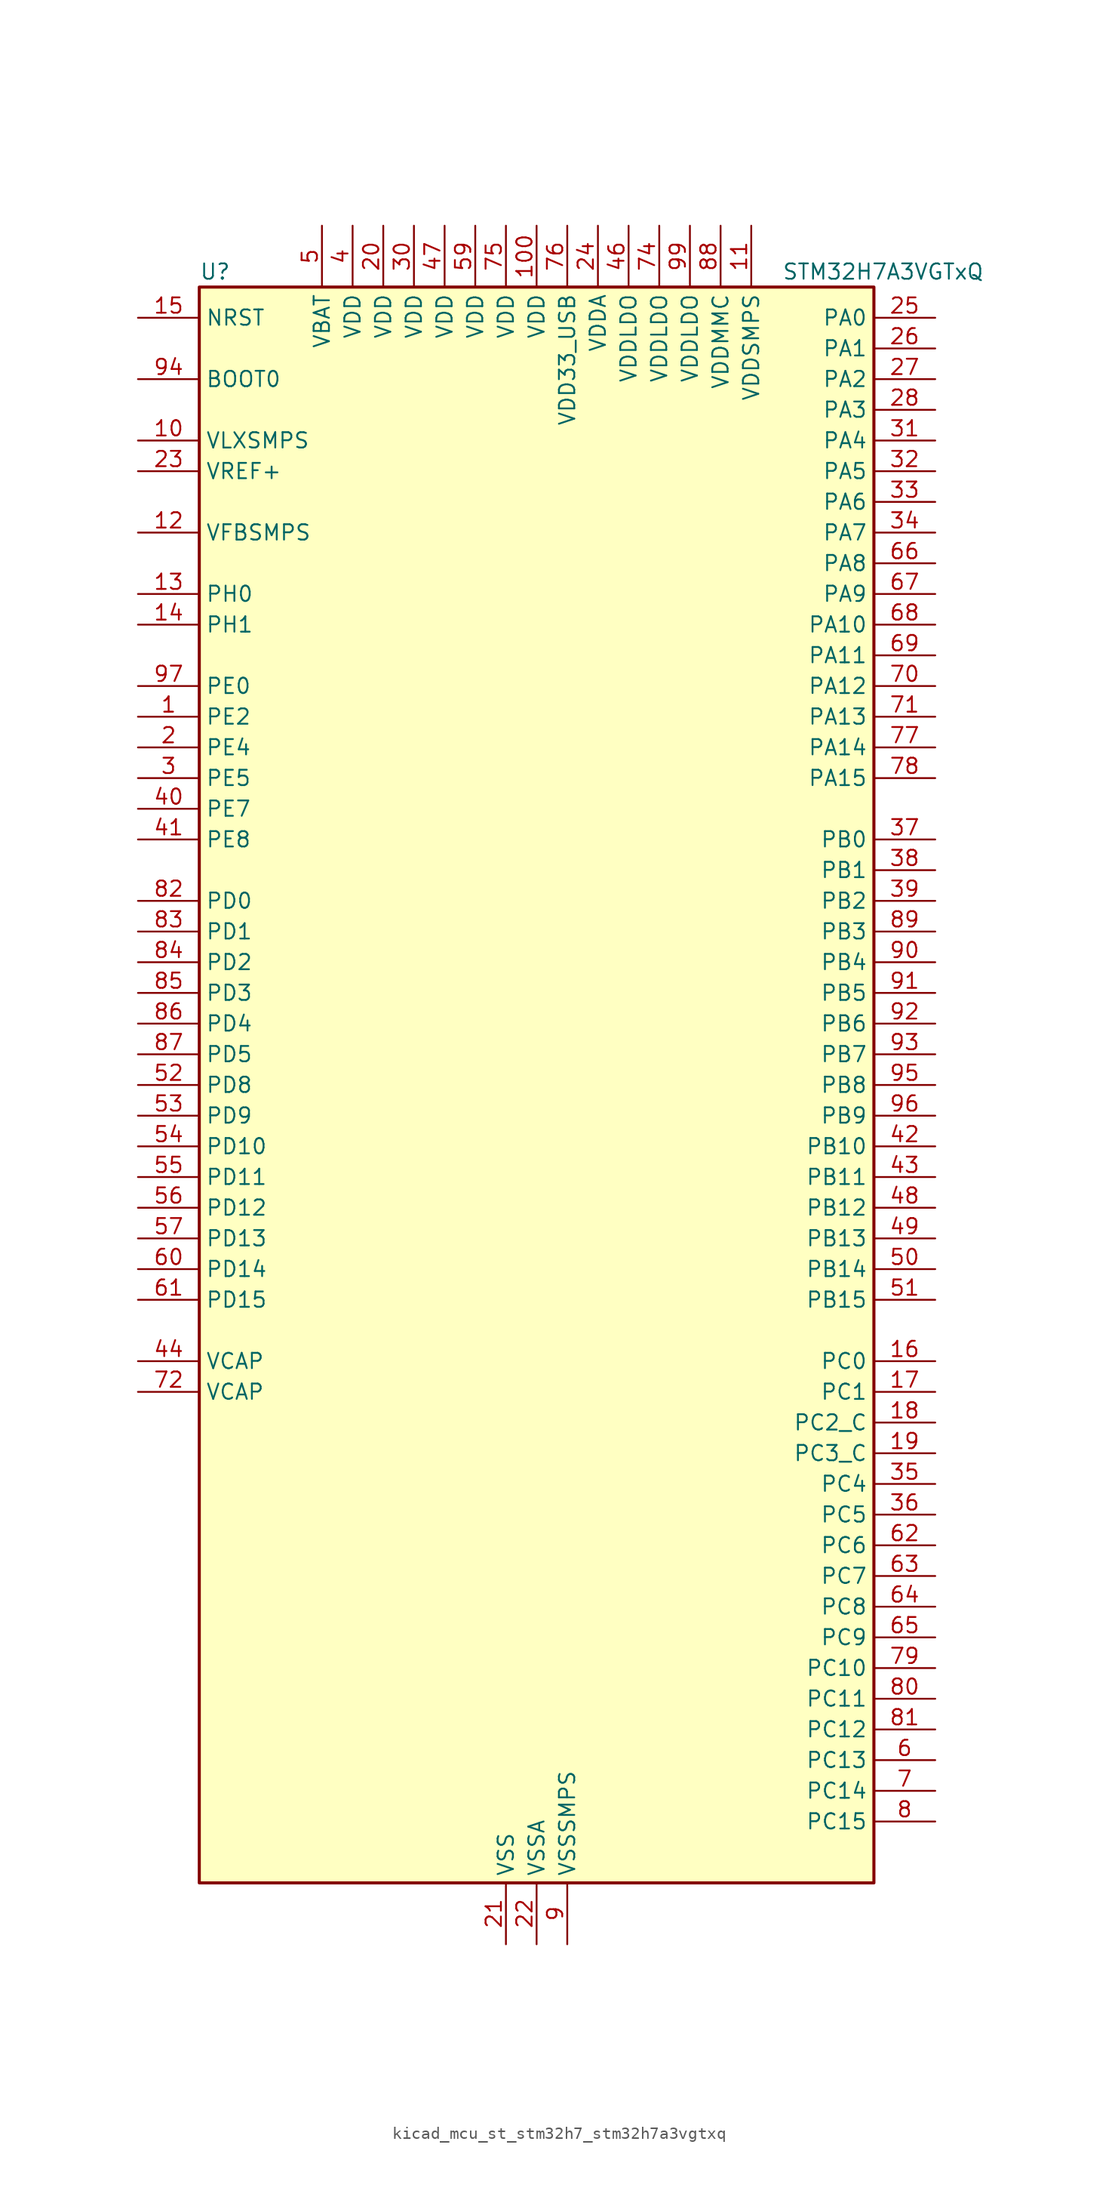
<source format=kicad_sym>
(kicad_symbol_lib
  (version 20220914)
  (generator kicad_symbol_editor)
  (symbol "kicad_mcu_st_stm32h7_stm32h7a3vgtxq"
    (property "Reference" "U"
      (at -27.94 67.31 0)
      (effects (font (size 1.27 1.27)) (justify left)))
    (property "Value" "STM32H7A3VGTxQ"
      (at 20.32 67.31 0)
      (effects (font (size 1.27 1.27)) (justify left)))
    (property "ki_locked" ""
      (at 0 0 0)
      (effects (font (size 1.27 1.27))))
    (symbol "kicad_mcu_st_stm32h7_stm32h7a3vgtxq_0_1"
      (rectangle (start -27.94 -66.04) (end 27.94 66.04) (stroke (width 0.254) (type default)) (fill (type background))))
    (symbol "kicad_mcu_st_stm32h7_stm32h7a3vgtxq_1_1"
      (pin bidirectional line (at -33.02 30.48 0) (length 5.08) (name "PE2" (effects (font (size 1.27 1.27)))) (number "1" (effects (font (size 1.27 1.27)))) (alternate "DEBUG_TRACECLK" bidirectional line) (alternate "FMC_A23" bidirectional line) (alternate "OCTOSPIM_P1_IO2" bidirectional line) (alternate "SAI1_CK1" bidirectional line) (alternate "SAI1_MCLK_A" bidirectional line) (alternate "SPI4_SCK" bidirectional line))
      (pin power_in line (at -33.02 53.34 0) (length 5.08) (name "VLXSMPS" (effects (font (size 1.27 1.27)))) (number "10" (effects (font (size 1.27 1.27)))))
      (pin power_in line (at 0 71.12 270) (length 5.08) (name "VDD" (effects (font (size 1.27 1.27)))) (number "100" (effects (font (size 1.27 1.27)))))
      (pin power_in line (at 17.78 71.12 270) (length 5.08) (name "VDDSMPS" (effects (font (size 1.27 1.27)))) (number "11" (effects (font (size 1.27 1.27)))))
      (pin input line (at -33.02 45.72 0) (length 5.08) (name "VFBSMPS" (effects (font (size 1.27 1.27)))) (number "12" (effects (font (size 1.27 1.27)))))
      (pin bidirectional line (at -33.02 40.64 0) (length 5.08) (name "PH0" (effects (font (size 1.27 1.27)))) (number "13" (effects (font (size 1.27 1.27)))) (alternate "RCC_OSC_IN" bidirectional line))
      (pin bidirectional line (at -33.02 38.1 0) (length 5.08) (name "PH1" (effects (font (size 1.27 1.27)))) (number "14" (effects (font (size 1.27 1.27)))) (alternate "RCC_OSC_OUT" bidirectional line))
      (pin input line (at -33.02 63.5 0) (length 5.08) (name "NRST" (effects (font (size 1.27 1.27)))) (number "15" (effects (font (size 1.27 1.27)))))
      (pin bidirectional line (at 33.02 -22.86 180) (length 5.08) (name "PC0" (effects (font (size 1.27 1.27)))) (number "16" (effects (font (size 1.27 1.27)))) (alternate "ADC1_INP10" bidirectional line) (alternate "ADC2_INP10" bidirectional line) (alternate "DFSDM1_CKIN0" bidirectional line) (alternate "DFSDM1_DATIN4" bidirectional line) (alternate "FMC_A25" bidirectional line) (alternate "FMC_SDNWE" bidirectional line) (alternate "LTDC_G2" bidirectional line) (alternate "LTDC_R5" bidirectional line) (alternate "SAI2_FS_B" bidirectional line) (alternate "USB_OTG_HS_ULPI_STP" bidirectional line))
      (pin bidirectional line (at 33.02 -25.4 180) (length 5.08) (name "PC1" (effects (font (size 1.27 1.27)))) (number "17" (effects (font (size 1.27 1.27)))) (alternate "ADC1_INN10" bidirectional line) (alternate "ADC1_INP11" bidirectional line) (alternate "ADC2_INN10" bidirectional line) (alternate "ADC2_INP11" bidirectional line) (alternate "DEBUG_TRACED0" bidirectional line) (alternate "DFSDM1_CKIN4" bidirectional line) (alternate "DFSDM1_DATIN0" bidirectional line) (alternate "I2S2_SDO" bidirectional line) (alternate "LTDC_G5" bidirectional line) (alternate "MDIOS_MDC" bidirectional line) (alternate "OCTOSPIM_P1_IO4" bidirectional line) (alternate "PWR_WKUP6" bidirectional line) (alternate "RTC_TAMP3" bidirectional line) (alternate "SAI1_D1" bidirectional line) (alternate "SAI1_SD_A" bidirectional line) (alternate "SDMMC2_CK" bidirectional line) (alternate "SPI2_MOSI" bidirectional line))
      (pin bidirectional line (at 33.02 -27.94 180) (length 5.08) (name "PC2_C" (effects (font (size 1.27 1.27)))) (number "18" (effects (font (size 1.27 1.27)))) (alternate "ADC2_INN1" bidirectional line) (alternate "ADC2_INP0" bidirectional line) (alternate "DFSDM1_CKIN1" bidirectional line) (alternate "DFSDM1_CKOUT" bidirectional line) (alternate "FMC_SDNE0" bidirectional line) (alternate "I2S2_SDI" bidirectional line) (alternate "OCTOSPIM_P1_IO2" bidirectional line) (alternate "OCTOSPIM_P1_IO5" bidirectional line) (alternate "PWR_CSTOP" bidirectional line) (alternate "SPI2_MISO" bidirectional line) (alternate "USB_OTG_HS_ULPI_DIR" bidirectional line))
      (pin bidirectional line (at 33.02 -30.48 180) (length 5.08) (name "PC3_C" (effects (font (size 1.27 1.27)))) (number "19" (effects (font (size 1.27 1.27)))) (alternate "ADC2_INP1" bidirectional line) (alternate "DFSDM1_DATIN1" bidirectional line) (alternate "FMC_SDCKE0" bidirectional line) (alternate "I2S2_SDO" bidirectional line) (alternate "OCTOSPIM_P1_IO0" bidirectional line) (alternate "OCTOSPIM_P1_IO6" bidirectional line) (alternate "PWR_CSLEEP" bidirectional line) (alternate "SPI2_MOSI" bidirectional line) (alternate "USB_OTG_HS_ULPI_NXT" bidirectional line))
      (pin bidirectional line (at -33.02 27.94 0) (length 5.08) (name "PE4" (effects (font (size 1.27 1.27)))) (number "2" (effects (font (size 1.27 1.27)))) (alternate "DCMI_D4" bidirectional line) (alternate "DEBUG_TRACED1" bidirectional line) (alternate "DFSDM1_DATIN3" bidirectional line) (alternate "FMC_A20" bidirectional line) (alternate "LTDC_B0" bidirectional line) (alternate "PSSI_D4" bidirectional line) (alternate "SAI1_D2" bidirectional line) (alternate "SAI1_FS_A" bidirectional line) (alternate "SPI4_NSS" bidirectional line) (alternate "TIM15_CH1N" bidirectional line))
      (pin power_in line (at -12.7 71.12 270) (length 5.08) (name "VDD" (effects (font (size 1.27 1.27)))) (number "20" (effects (font (size 1.27 1.27)))))
      (pin power_in line (at -2.54 -71.12 90) (length 5.08) (name "VSS" (effects (font (size 1.27 1.27)))) (number "21" (effects (font (size 1.27 1.27)))))
      (pin power_in line (at 0 -71.12 90) (length 5.08) (name "VSSA" (effects (font (size 1.27 1.27)))) (number "22" (effects (font (size 1.27 1.27)))))
      (pin input line (at -33.02 50.8 0) (length 5.08) (name "VREF+" (effects (font (size 1.27 1.27)))) (number "23" (effects (font (size 1.27 1.27)))) (alternate "VREFBUF_OUT" bidirectional line))
      (pin power_in line (at 5.08 71.12 270) (length 5.08) (name "VDDA" (effects (font (size 1.27 1.27)))) (number "24" (effects (font (size 1.27 1.27)))))
      (pin bidirectional line (at 33.02 63.5 180) (length 5.08) (name "PA0" (effects (font (size 1.27 1.27)))) (number "25" (effects (font (size 1.27 1.27)))) (alternate "ADC1_INP16" bidirectional line) (alternate "I2S6_WS" bidirectional line) (alternate "PWR_WKUP1" bidirectional line) (alternate "SAI2_SD_B" bidirectional line) (alternate "SDMMC2_CMD" bidirectional line) (alternate "SPI6_NSS" bidirectional line) (alternate "TIM15_BKIN" bidirectional line) (alternate "TIM2_CH1" bidirectional line) (alternate "TIM2_ETR" bidirectional line) (alternate "TIM5_CH1" bidirectional line) (alternate "TIM8_ETR" bidirectional line) (alternate "UART4_TX" bidirectional line) (alternate "USART2_CTS" bidirectional line) (alternate "USART2_NSS" bidirectional line))
      (pin bidirectional line (at 33.02 60.96 180) (length 5.08) (name "PA1" (effects (font (size 1.27 1.27)))) (number "26" (effects (font (size 1.27 1.27)))) (alternate "ADC1_INN16" bidirectional line) (alternate "ADC1_INP17" bidirectional line) (alternate "LPTIM3_OUT" bidirectional line) (alternate "LTDC_R2" bidirectional line) (alternate "OCTOSPIM_P1_DQS" bidirectional line) (alternate "OCTOSPIM_P1_IO3" bidirectional line) (alternate "SAI2_MCLK_B" bidirectional line) (alternate "TIM15_CH1N" bidirectional line) (alternate "TIM2_CH2" bidirectional line) (alternate "TIM5_CH2" bidirectional line) (alternate "UART4_RX" bidirectional line) (alternate "USART2_DE" bidirectional line) (alternate "USART2_RTS" bidirectional line))
      (pin bidirectional line (at 33.02 58.42 180) (length 5.08) (name "PA2" (effects (font (size 1.27 1.27)))) (number "27" (effects (font (size 1.27 1.27)))) (alternate "ADC1_INP14" bidirectional line) (alternate "DFSDM2_CKIN1" bidirectional line) (alternate "LTDC_R1" bidirectional line) (alternate "MDIOS_MDIO" bidirectional line) (alternate "PWR_WKUP2" bidirectional line) (alternate "SAI2_SCK_B" bidirectional line) (alternate "TIM15_CH1" bidirectional line) (alternate "TIM2_CH3" bidirectional line) (alternate "TIM5_CH3" bidirectional line) (alternate "USART2_TX" bidirectional line))
      (pin bidirectional line (at 33.02 55.88 180) (length 5.08) (name "PA3" (effects (font (size 1.27 1.27)))) (number "28" (effects (font (size 1.27 1.27)))) (alternate "ADC1_INP15" bidirectional line) (alternate "I2S6_MCK" bidirectional line) (alternate "LTDC_B2" bidirectional line) (alternate "LTDC_B5" bidirectional line) (alternate "OCTOSPIM_P1_CLK" bidirectional line) (alternate "TIM15_CH2" bidirectional line) (alternate "TIM2_CH4" bidirectional line) (alternate "TIM5_CH4" bidirectional line) (alternate "USART2_RX" bidirectional line) (alternate "USB_OTG_HS_ULPI_D0" bidirectional line))
      (pin passive line (at -2.54 -71.12 90) (length 5.08) hide (name "VSS" (effects (font (size 1.27 1.27)))) (number "29" (effects (font (size 1.27 1.27)))))
      (pin bidirectional line (at -33.02 25.4 0) (length 5.08) (name "PE5" (effects (font (size 1.27 1.27)))) (number "3" (effects (font (size 1.27 1.27)))) (alternate "DCMI_D6" bidirectional line) (alternate "DEBUG_TRACED2" bidirectional line) (alternate "DFSDM1_CKIN3" bidirectional line) (alternate "FMC_A21" bidirectional line) (alternate "LTDC_G0" bidirectional line) (alternate "PSSI_D6" bidirectional line) (alternate "SAI1_CK2" bidirectional line) (alternate "SAI1_SCK_A" bidirectional line) (alternate "SPI4_MISO" bidirectional line) (alternate "TIM15_CH1" bidirectional line))
      (pin power_in line (at -10.16 71.12 270) (length 5.08) (name "VDD" (effects (font (size 1.27 1.27)))) (number "30" (effects (font (size 1.27 1.27)))))
      (pin bidirectional line (at 33.02 53.34 180) (length 5.08) (name "PA4" (effects (font (size 1.27 1.27)))) (number "31" (effects (font (size 1.27 1.27)))) (alternate "ADC1_INP18" bidirectional line) (alternate "DAC1_OUT1" bidirectional line) (alternate "DCMI_HSYNC" bidirectional line) (alternate "I2S1_WS" bidirectional line) (alternate "I2S3_WS" bidirectional line) (alternate "I2S6_WS" bidirectional line) (alternate "LTDC_VSYNC" bidirectional line) (alternate "PSSI_DE" bidirectional line) (alternate "SPI1_NSS" bidirectional line) (alternate "SPI3_NSS" bidirectional line) (alternate "SPI6_NSS" bidirectional line) (alternate "TIM5_ETR" bidirectional line) (alternate "USART2_CK" bidirectional line))
      (pin bidirectional line (at 33.02 50.8 180) (length 5.08) (name "PA5" (effects (font (size 1.27 1.27)))) (number "32" (effects (font (size 1.27 1.27)))) (alternate "ADC1_INN18" bidirectional line) (alternate "ADC1_INP19" bidirectional line) (alternate "DAC1_OUT2" bidirectional line) (alternate "I2S1_CK" bidirectional line) (alternate "I2S6_CK" bidirectional line) (alternate "LTDC_R4" bidirectional line) (alternate "PSSI_D14" bidirectional line) (alternate "PWR_NDSTOP2" bidirectional line) (alternate "SPI1_SCK" bidirectional line) (alternate "SPI6_SCK" bidirectional line) (alternate "TIM2_CH1" bidirectional line) (alternate "TIM2_ETR" bidirectional line) (alternate "TIM8_CH1N" bidirectional line) (alternate "USB_OTG_HS_ULPI_CK" bidirectional line))
      (pin bidirectional line (at 33.02 48.26 180) (length 5.08) (name "PA6" (effects (font (size 1.27 1.27)))) (number "33" (effects (font (size 1.27 1.27)))) (alternate "ADC1_INP3" bidirectional line) (alternate "ADC2_INP3" bidirectional line) (alternate "DAC2_OUT1" bidirectional line) (alternate "DCMI_PIXCLK" bidirectional line) (alternate "I2S1_SDI" bidirectional line) (alternate "I2S6_SDI" bidirectional line) (alternate "LTDC_G2" bidirectional line) (alternate "MDIOS_MDC" bidirectional line) (alternate "OCTOSPIM_P1_IO3" bidirectional line) (alternate "PSSI_PDCK" bidirectional line) (alternate "SPI1_MISO" bidirectional line) (alternate "SPI6_MISO" bidirectional line) (alternate "TIM13_CH1" bidirectional line) (alternate "TIM1_BKIN" bidirectional line) (alternate "TIM1_BKIN_COMP1" bidirectional line) (alternate "TIM1_BKIN_COMP2" bidirectional line) (alternate "TIM3_CH1" bidirectional line) (alternate "TIM8_BKIN" bidirectional line) (alternate "TIM8_BKIN_COMP1" bidirectional line) (alternate "TIM8_BKIN_COMP2" bidirectional line))
      (pin bidirectional line (at 33.02 45.72 180) (length 5.08) (name "PA7" (effects (font (size 1.27 1.27)))) (number "34" (effects (font (size 1.27 1.27)))) (alternate "ADC1_INN3" bidirectional line) (alternate "ADC1_INP7" bidirectional line) (alternate "ADC2_INN3" bidirectional line) (alternate "ADC2_INP7" bidirectional line) (alternate "DFSDM2_DATIN1" bidirectional line) (alternate "FMC_SDNWE" bidirectional line) (alternate "I2S1_SDO" bidirectional line) (alternate "I2S6_SDO" bidirectional line) (alternate "LTDC_VSYNC" bidirectional line) (alternate "OCTOSPIM_P1_IO2" bidirectional line) (alternate "OPAMP1_VINM" bidirectional line) (alternate "SPI1_MOSI" bidirectional line) (alternate "SPI6_MOSI" bidirectional line) (alternate "TIM14_CH1" bidirectional line) (alternate "TIM1_CH1N" bidirectional line) (alternate "TIM3_CH2" bidirectional line) (alternate "TIM8_CH1N" bidirectional line))
      (pin bidirectional line (at 33.02 -33.02 180) (length 5.08) (name "PC4" (effects (font (size 1.27 1.27)))) (number "35" (effects (font (size 1.27 1.27)))) (alternate "ADC1_INP4" bidirectional line) (alternate "ADC2_INP4" bidirectional line) (alternate "COMP1_INM" bidirectional line) (alternate "DFSDM1_CKIN2" bidirectional line) (alternate "FMC_SDNE0" bidirectional line) (alternate "I2S1_MCK" bidirectional line) (alternate "LTDC_R7" bidirectional line) (alternate "OPAMP1_VOUT" bidirectional line))
      (pin bidirectional line (at 33.02 -35.56 180) (length 5.08) (name "PC5" (effects (font (size 1.27 1.27)))) (number "36" (effects (font (size 1.27 1.27)))) (alternate "ADC1_INN4" bidirectional line) (alternate "ADC1_INP8" bidirectional line) (alternate "ADC2_INN4" bidirectional line) (alternate "ADC2_INP8" bidirectional line) (alternate "COMP1_OUT" bidirectional line) (alternate "DFSDM1_DATIN2" bidirectional line) (alternate "FMC_SDCKE0" bidirectional line) (alternate "LTDC_DE" bidirectional line) (alternate "OCTOSPIM_P1_DQS" bidirectional line) (alternate "OPAMP1_VINM" bidirectional line) (alternate "PSSI_D15" bidirectional line) (alternate "SAI1_D3" bidirectional line))
      (pin bidirectional line (at 33.02 20.32 180) (length 5.08) (name "PB0" (effects (font (size 1.27 1.27)))) (number "37" (effects (font (size 1.27 1.27)))) (alternate "ADC1_INN5" bidirectional line) (alternate "ADC1_INP9" bidirectional line) (alternate "ADC2_INN5" bidirectional line) (alternate "ADC2_INP9" bidirectional line) (alternate "COMP1_INP" bidirectional line) (alternate "DFSDM1_CKOUT" bidirectional line) (alternate "DFSDM2_CKOUT" bidirectional line) (alternate "LTDC_G1" bidirectional line) (alternate "LTDC_R3" bidirectional line) (alternate "OCTOSPIM_P1_IO1" bidirectional line) (alternate "OPAMP1_VINP" bidirectional line) (alternate "TIM1_CH2N" bidirectional line) (alternate "TIM3_CH3" bidirectional line) (alternate "TIM8_CH2N" bidirectional line) (alternate "UART4_CTS" bidirectional line) (alternate "USB_OTG_HS_ULPI_D1" bidirectional line))
      (pin bidirectional line (at 33.02 17.78 180) (length 5.08) (name "PB1" (effects (font (size 1.27 1.27)))) (number "38" (effects (font (size 1.27 1.27)))) (alternate "ADC1_INP5" bidirectional line) (alternate "ADC2_INP5" bidirectional line) (alternate "COMP1_INM" bidirectional line) (alternate "DFSDM1_DATIN1" bidirectional line) (alternate "LTDC_G0" bidirectional line) (alternate "LTDC_R6" bidirectional line) (alternate "OCTOSPIM_P1_IO0" bidirectional line) (alternate "TIM1_CH3N" bidirectional line) (alternate "TIM3_CH4" bidirectional line) (alternate "TIM8_CH3N" bidirectional line) (alternate "USB_OTG_HS_ULPI_D2" bidirectional line))
      (pin bidirectional line (at 33.02 15.24 180) (length 5.08) (name "PB2" (effects (font (size 1.27 1.27)))) (number "39" (effects (font (size 1.27 1.27)))) (alternate "COMP1_INP" bidirectional line) (alternate "DFSDM1_CKIN1" bidirectional line) (alternate "I2S3_SDO" bidirectional line) (alternate "OCTOSPIM_P1_CLK" bidirectional line) (alternate "OCTOSPIM_P1_DQS" bidirectional line) (alternate "RTC_OUT_ALARM" bidirectional line) (alternate "RTC_OUT_CALIB" bidirectional line) (alternate "SAI1_D1" bidirectional line) (alternate "SAI1_SD_A" bidirectional line) (alternate "SPI3_MOSI" bidirectional line))
      (pin power_in line (at -15.24 71.12 270) (length 5.08) (name "VDD" (effects (font (size 1.27 1.27)))) (number "4" (effects (font (size 1.27 1.27)))))
      (pin bidirectional line (at -33.02 22.86 0) (length 5.08) (name "PE7" (effects (font (size 1.27 1.27)))) (number "40" (effects (font (size 1.27 1.27)))) (alternate "COMP2_INM" bidirectional line) (alternate "DFSDM1_DATIN2" bidirectional line) (alternate "FMC_D4" bidirectional line) (alternate "FMC_DA4" bidirectional line) (alternate "OCTOSPIM_P1_IO4" bidirectional line) (alternate "OPAMP2_VOUT" bidirectional line) (alternate "TIM1_ETR" bidirectional line) (alternate "UART7_RX" bidirectional line))
      (pin bidirectional line (at -33.02 20.32 0) (length 5.08) (name "PE8" (effects (font (size 1.27 1.27)))) (number "41" (effects (font (size 1.27 1.27)))) (alternate "COMP2_OUT" bidirectional line) (alternate "DFSDM1_CKIN2" bidirectional line) (alternate "FMC_D5" bidirectional line) (alternate "FMC_DA5" bidirectional line) (alternate "OCTOSPIM_P1_IO5" bidirectional line) (alternate "OPAMP2_VINM" bidirectional line) (alternate "TIM1_CH1N" bidirectional line) (alternate "UART7_TX" bidirectional line))
      (pin bidirectional line (at 33.02 -5.08 180) (length 5.08) (name "PB10" (effects (font (size 1.27 1.27)))) (number "42" (effects (font (size 1.27 1.27)))) (alternate "DFSDM1_DATIN7" bidirectional line) (alternate "I2C2_SCL" bidirectional line) (alternate "I2S2_CK" bidirectional line) (alternate "LPTIM2_IN1" bidirectional line) (alternate "LTDC_G4" bidirectional line) (alternate "OCTOSPIM_P1_NCS" bidirectional line) (alternate "SPI2_SCK" bidirectional line) (alternate "TIM2_CH3" bidirectional line) (alternate "USART3_TX" bidirectional line) (alternate "USB_OTG_HS_ULPI_D3" bidirectional line))
      (pin bidirectional line (at 33.02 -7.62 180) (length 5.08) (name "PB11" (effects (font (size 1.27 1.27)))) (number "43" (effects (font (size 1.27 1.27)))) (alternate "ADC1_EXTI11" bidirectional line) (alternate "ADC2_EXTI11" bidirectional line) (alternate "DFSDM1_CKIN7" bidirectional line) (alternate "I2C2_SDA" bidirectional line) (alternate "LPTIM2_ETR" bidirectional line) (alternate "LTDC_G5" bidirectional line) (alternate "TIM2_CH4" bidirectional line) (alternate "USART3_RX" bidirectional line) (alternate "USB_OTG_HS_ULPI_D4" bidirectional line))
      (pin power_out line (at -33.02 -22.86 0) (length 5.08) (name "VCAP" (effects (font (size 1.27 1.27)))) (number "44" (effects (font (size 1.27 1.27)))))
      (pin passive line (at -2.54 -71.12 90) (length 5.08) hide (name "VSS" (effects (font (size 1.27 1.27)))) (number "45" (effects (font (size 1.27 1.27)))))
      (pin power_in line (at 7.62 71.12 270) (length 5.08) (name "VDDLDO" (effects (font (size 1.27 1.27)))) (number "46" (effects (font (size 1.27 1.27)))))
      (pin power_in line (at -7.62 71.12 270) (length 5.08) (name "VDD" (effects (font (size 1.27 1.27)))) (number "47" (effects (font (size 1.27 1.27)))))
      (pin bidirectional line (at 33.02 -10.16 180) (length 5.08) (name "PB12" (effects (font (size 1.27 1.27)))) (number "48" (effects (font (size 1.27 1.27)))) (alternate "DFSDM1_DATIN1" bidirectional line) (alternate "DFSDM2_DATIN1" bidirectional line) (alternate "FDCAN2_RX" bidirectional line) (alternate "I2C2_SMBA" bidirectional line) (alternate "I2S2_WS" bidirectional line) (alternate "OCTOSPIM_P1_NCLK" bidirectional line) (alternate "SPI2_NSS" bidirectional line) (alternate "TIM1_BKIN" bidirectional line) (alternate "TIM1_BKIN_COMP1" bidirectional line) (alternate "TIM1_BKIN_COMP2" bidirectional line) (alternate "UART5_RX" bidirectional line) (alternate "USART3_CK" bidirectional line) (alternate "USB_OTG_HS_ULPI_D5" bidirectional line))
      (pin bidirectional line (at 33.02 -12.7 180) (length 5.08) (name "PB13" (effects (font (size 1.27 1.27)))) (number "49" (effects (font (size 1.27 1.27)))) (alternate "DCMI_D2" bidirectional line) (alternate "DFSDM1_CKIN1" bidirectional line) (alternate "DFSDM2_CKIN1" bidirectional line) (alternate "FDCAN2_TX" bidirectional line) (alternate "I2S2_CK" bidirectional line) (alternate "LPTIM2_OUT" bidirectional line) (alternate "PSSI_D2" bidirectional line) (alternate "SDMMC1_D0" bidirectional line) (alternate "SPI2_SCK" bidirectional line) (alternate "TIM1_CH1N" bidirectional line) (alternate "UART5_TX" bidirectional line) (alternate "USART3_CTS" bidirectional line) (alternate "USART3_NSS" bidirectional line) (alternate "USB_OTG_HS_ULPI_D6" bidirectional line))
      (pin power_in line (at -17.78 71.12 270) (length 5.08) (name "VBAT" (effects (font (size 1.27 1.27)))) (number "5" (effects (font (size 1.27 1.27)))))
      (pin bidirectional line (at 33.02 -15.24 180) (length 5.08) (name "PB14" (effects (font (size 1.27 1.27)))) (number "50" (effects (font (size 1.27 1.27)))) (alternate "DFSDM1_DATIN2" bidirectional line) (alternate "I2S2_SDI" bidirectional line) (alternate "LTDC_CLK" bidirectional line) (alternate "SDMMC2_D0" bidirectional line) (alternate "SPI2_MISO" bidirectional line) (alternate "TIM12_CH1" bidirectional line) (alternate "TIM1_CH2N" bidirectional line) (alternate "TIM8_CH2N" bidirectional line) (alternate "UART4_DE" bidirectional line) (alternate "UART4_RTS" bidirectional line) (alternate "USART1_TX" bidirectional line) (alternate "USART3_DE" bidirectional line) (alternate "USART3_RTS" bidirectional line))
      (pin bidirectional line (at 33.02 -17.78 180) (length 5.08) (name "PB15" (effects (font (size 1.27 1.27)))) (number "51" (effects (font (size 1.27 1.27)))) (alternate "ADC1_EXTI15" bidirectional line) (alternate "ADC2_EXTI15" bidirectional line) (alternate "DFSDM1_CKIN2" bidirectional line) (alternate "I2S2_SDO" bidirectional line) (alternate "LTDC_G7" bidirectional line) (alternate "RTC_REFIN" bidirectional line) (alternate "SDMMC2_D1" bidirectional line) (alternate "SPI2_MOSI" bidirectional line) (alternate "TIM12_CH2" bidirectional line) (alternate "TIM1_CH3N" bidirectional line) (alternate "TIM8_CH3N" bidirectional line) (alternate "UART4_CTS" bidirectional line) (alternate "USART1_RX" bidirectional line))
      (pin bidirectional line (at -33.02 0 0) (length 5.08) (name "PD8" (effects (font (size 1.27 1.27)))) (number "52" (effects (font (size 1.27 1.27)))) (alternate "DFSDM1_CKIN3" bidirectional line) (alternate "FMC_D13" bidirectional line) (alternate "FMC_DA13" bidirectional line) (alternate "USART3_TX" bidirectional line))
      (pin bidirectional line (at -33.02 -2.54 0) (length 5.08) (name "PD9" (effects (font (size 1.27 1.27)))) (number "53" (effects (font (size 1.27 1.27)))) (alternate "DAC1_EXTI9" bidirectional line) (alternate "DFSDM1_DATIN3" bidirectional line) (alternate "FMC_D14" bidirectional line) (alternate "FMC_DA14" bidirectional line) (alternate "USART3_RX" bidirectional line))
      (pin bidirectional line (at -33.02 -5.08 0) (length 5.08) (name "PD10" (effects (font (size 1.27 1.27)))) (number "54" (effects (font (size 1.27 1.27)))) (alternate "DFSDM1_CKOUT" bidirectional line) (alternate "DFSDM2_CKOUT" bidirectional line) (alternate "FMC_D15" bidirectional line) (alternate "FMC_DA15" bidirectional line) (alternate "LTDC_B3" bidirectional line) (alternate "USART3_CK" bidirectional line))
      (pin bidirectional line (at -33.02 -7.62 0) (length 5.08) (name "PD11" (effects (font (size 1.27 1.27)))) (number "55" (effects (font (size 1.27 1.27)))) (alternate "ADC1_EXTI11" bidirectional line) (alternate "ADC2_EXTI11" bidirectional line) (alternate "FMC_A16" bidirectional line) (alternate "FMC_CLE" bidirectional line) (alternate "I2C4_SMBA" bidirectional line) (alternate "LPTIM2_IN2" bidirectional line) (alternate "OCTOSPIM_P1_IO0" bidirectional line) (alternate "SAI2_SD_A" bidirectional line) (alternate "USART3_CTS" bidirectional line) (alternate "USART3_NSS" bidirectional line))
      (pin bidirectional line (at -33.02 -10.16 0) (length 5.08) (name "PD12" (effects (font (size 1.27 1.27)))) (number "56" (effects (font (size 1.27 1.27)))) (alternate "DCMI_D12" bidirectional line) (alternate "FMC_A17" bidirectional line) (alternate "FMC_ALE" bidirectional line) (alternate "I2C4_SCL" bidirectional line) (alternate "LPTIM1_IN1" bidirectional line) (alternate "LPTIM2_IN1" bidirectional line) (alternate "OCTOSPIM_P1_IO1" bidirectional line) (alternate "PSSI_D12" bidirectional line) (alternate "SAI2_FS_A" bidirectional line) (alternate "TIM4_CH1" bidirectional line) (alternate "USART3_DE" bidirectional line) (alternate "USART3_RTS" bidirectional line))
      (pin bidirectional line (at -33.02 -12.7 0) (length 5.08) (name "PD13" (effects (font (size 1.27 1.27)))) (number "57" (effects (font (size 1.27 1.27)))) (alternate "DCMI_D13" bidirectional line) (alternate "FMC_A18" bidirectional line) (alternate "I2C4_SDA" bidirectional line) (alternate "LPTIM1_OUT" bidirectional line) (alternate "OCTOSPIM_P1_IO3" bidirectional line) (alternate "PSSI_D13" bidirectional line) (alternate "SAI2_SCK_A" bidirectional line) (alternate "TIM4_CH2" bidirectional line) (alternate "UART9_DE" bidirectional line) (alternate "UART9_RTS" bidirectional line))
      (pin passive line (at -2.54 -71.12 90) (length 5.08) hide (name "VSS" (effects (font (size 1.27 1.27)))) (number "58" (effects (font (size 1.27 1.27)))))
      (pin power_in line (at -5.08 71.12 270) (length 5.08) (name "VDD" (effects (font (size 1.27 1.27)))) (number "59" (effects (font (size 1.27 1.27)))))
      (pin bidirectional line (at 33.02 -55.88 180) (length 5.08) (name "PC13" (effects (font (size 1.27 1.27)))) (number "6" (effects (font (size 1.27 1.27)))) (alternate "PWR_WKUP4" bidirectional line) (alternate "RTC_OUT_ALARM" bidirectional line) (alternate "RTC_OUT_CALIB" bidirectional line) (alternate "RTC_TAMP1" bidirectional line) (alternate "RTC_TS" bidirectional line))
      (pin bidirectional line (at -33.02 -15.24 0) (length 5.08) (name "PD14" (effects (font (size 1.27 1.27)))) (number "60" (effects (font (size 1.27 1.27)))) (alternate "FMC_D0" bidirectional line) (alternate "FMC_DA0" bidirectional line) (alternate "TIM4_CH3" bidirectional line) (alternate "UART8_CTS" bidirectional line) (alternate "UART9_RX" bidirectional line))
      (pin bidirectional line (at -33.02 -17.78 0) (length 5.08) (name "PD15" (effects (font (size 1.27 1.27)))) (number "61" (effects (font (size 1.27 1.27)))) (alternate "ADC1_EXTI15" bidirectional line) (alternate "ADC2_EXTI15" bidirectional line) (alternate "FMC_D1" bidirectional line) (alternate "FMC_DA1" bidirectional line) (alternate "TIM4_CH4" bidirectional line) (alternate "UART8_DE" bidirectional line) (alternate "UART8_RTS" bidirectional line) (alternate "UART9_TX" bidirectional line))
      (pin bidirectional line (at 33.02 -38.1 180) (length 5.08) (name "PC6" (effects (font (size 1.27 1.27)))) (number "62" (effects (font (size 1.27 1.27)))) (alternate "DCMI_D0" bidirectional line) (alternate "DFSDM1_CKIN3" bidirectional line) (alternate "FMC_NWAIT" bidirectional line) (alternate "I2S2_MCK" bidirectional line) (alternate "LTDC_HSYNC" bidirectional line) (alternate "PSSI_D0" bidirectional line) (alternate "SDMMC1_D0DIR" bidirectional line) (alternate "SDMMC1_D6" bidirectional line) (alternate "SDMMC2_D6" bidirectional line) (alternate "SWPMI1_IO" bidirectional line) (alternate "TIM3_CH1" bidirectional line) (alternate "TIM8_CH1" bidirectional line) (alternate "USART6_TX" bidirectional line))
      (pin bidirectional line (at 33.02 -40.64 180) (length 5.08) (name "PC7" (effects (font (size 1.27 1.27)))) (number "63" (effects (font (size 1.27 1.27)))) (alternate "DCMI_D1" bidirectional line) (alternate "DEBUG_TRGIO" bidirectional line) (alternate "DFSDM1_DATIN3" bidirectional line) (alternate "FMC_NE1" bidirectional line) (alternate "I2S3_MCK" bidirectional line) (alternate "LTDC_G6" bidirectional line) (alternate "PSSI_D1" bidirectional line) (alternate "SDMMC1_D123DIR" bidirectional line) (alternate "SDMMC1_D7" bidirectional line) (alternate "SDMMC2_D7" bidirectional line) (alternate "SWPMI1_TX" bidirectional line) (alternate "TIM3_CH2" bidirectional line) (alternate "TIM8_CH2" bidirectional line) (alternate "USART6_RX" bidirectional line))
      (pin bidirectional line (at 33.02 -43.18 180) (length 5.08) (name "PC8" (effects (font (size 1.27 1.27)))) (number "64" (effects (font (size 1.27 1.27)))) (alternate "DCMI_D2" bidirectional line) (alternate "DEBUG_TRACED1" bidirectional line) (alternate "FMC_INT" bidirectional line) (alternate "FMC_NCE" bidirectional line) (alternate "FMC_NE2" bidirectional line) (alternate "PSSI_D2" bidirectional line) (alternate "SDMMC1_D0" bidirectional line) (alternate "SWPMI1_RX" bidirectional line) (alternate "TIM3_CH3" bidirectional line) (alternate "TIM8_CH3" bidirectional line) (alternate "UART5_DE" bidirectional line) (alternate "UART5_RTS" bidirectional line) (alternate "USART6_CK" bidirectional line))
      (pin bidirectional line (at 33.02 -45.72 180) (length 5.08) (name "PC9" (effects (font (size 1.27 1.27)))) (number "65" (effects (font (size 1.27 1.27)))) (alternate "DAC1_EXTI9" bidirectional line) (alternate "DCMI_D3" bidirectional line) (alternate "I2C3_SDA" bidirectional line) (alternate "I2S_CKIN" bidirectional line) (alternate "LTDC_B2" bidirectional line) (alternate "LTDC_G3" bidirectional line) (alternate "OCTOSPIM_P1_IO0" bidirectional line) (alternate "PSSI_D3" bidirectional line) (alternate "RCC_MCO_2" bidirectional line) (alternate "SDMMC1_D1" bidirectional line) (alternate "SWPMI1_SUSPEND" bidirectional line) (alternate "TIM3_CH4" bidirectional line) (alternate "TIM8_CH4" bidirectional line) (alternate "UART5_CTS" bidirectional line))
      (pin bidirectional line (at 33.02 43.18 180) (length 5.08) (name "PA8" (effects (font (size 1.27 1.27)))) (number "66" (effects (font (size 1.27 1.27)))) (alternate "I2C3_SCL" bidirectional line) (alternate "LTDC_B3" bidirectional line) (alternate "LTDC_R6" bidirectional line) (alternate "RCC_MCO_1" bidirectional line) (alternate "TIM1_CH1" bidirectional line) (alternate "TIM8_BKIN2" bidirectional line) (alternate "TIM8_BKIN2_COMP1" bidirectional line) (alternate "TIM8_BKIN2_COMP2" bidirectional line) (alternate "UART7_RX" bidirectional line) (alternate "USART1_CK" bidirectional line) (alternate "USB_OTG_HS_SOF" bidirectional line))
      (pin bidirectional line (at 33.02 40.64 180) (length 5.08) (name "PA9" (effects (font (size 1.27 1.27)))) (number "67" (effects (font (size 1.27 1.27)))) (alternate "DAC1_EXTI9" bidirectional line) (alternate "DCMI_D0" bidirectional line) (alternate "I2C3_SMBA" bidirectional line) (alternate "I2S2_CK" bidirectional line) (alternate "LPUART1_TX" bidirectional line) (alternate "LTDC_R5" bidirectional line) (alternate "PSSI_D0" bidirectional line) (alternate "SPI2_SCK" bidirectional line) (alternate "TIM1_CH2" bidirectional line) (alternate "USART1_TX" bidirectional line) (alternate "USB_OTG_HS_VBUS" bidirectional line))
      (pin bidirectional line (at 33.02 38.1 180) (length 5.08) (name "PA10" (effects (font (size 1.27 1.27)))) (number "68" (effects (font (size 1.27 1.27)))) (alternate "DCMI_D1" bidirectional line) (alternate "LPUART1_RX" bidirectional line) (alternate "LTDC_B1" bidirectional line) (alternate "LTDC_B4" bidirectional line) (alternate "MDIOS_MDIO" bidirectional line) (alternate "PSSI_D1" bidirectional line) (alternate "TIM1_CH3" bidirectional line) (alternate "USART1_RX" bidirectional line) (alternate "USB_OTG_HS_ID" bidirectional line))
      (pin bidirectional line (at 33.02 35.56 180) (length 5.08) (name "PA11" (effects (font (size 1.27 1.27)))) (number "69" (effects (font (size 1.27 1.27)))) (alternate "ADC1_EXTI11" bidirectional line) (alternate "ADC2_EXTI11" bidirectional line) (alternate "FDCAN1_RX" bidirectional line) (alternate "I2S2_WS" bidirectional line) (alternate "LPUART1_CTS" bidirectional line) (alternate "LTDC_R4" bidirectional line) (alternate "SPI2_NSS" bidirectional line) (alternate "TIM1_CH4" bidirectional line) (alternate "UART4_RX" bidirectional line) (alternate "USART1_CTS" bidirectional line) (alternate "USART1_NSS" bidirectional line) (alternate "USB_OTG_HS_DM" bidirectional line))
      (pin bidirectional line (at 33.02 -58.42 180) (length 5.08) (name "PC14" (effects (font (size 1.27 1.27)))) (number "7" (effects (font (size 1.27 1.27)))) (alternate "RCC_OSC32_IN" bidirectional line))
      (pin bidirectional line (at 33.02 33.02 180) (length 5.08) (name "PA12" (effects (font (size 1.27 1.27)))) (number "70" (effects (font (size 1.27 1.27)))) (alternate "FDCAN1_TX" bidirectional line) (alternate "I2S2_CK" bidirectional line) (alternate "LPUART1_DE" bidirectional line) (alternate "LPUART1_RTS" bidirectional line) (alternate "LTDC_R5" bidirectional line) (alternate "SAI2_FS_B" bidirectional line) (alternate "SPI2_SCK" bidirectional line) (alternate "TIM1_ETR" bidirectional line) (alternate "UART4_TX" bidirectional line) (alternate "USART1_DE" bidirectional line) (alternate "USART1_RTS" bidirectional line) (alternate "USB_OTG_HS_DP" bidirectional line))
      (pin bidirectional line (at 33.02 30.48 180) (length 5.08) (name "PA13" (effects (font (size 1.27 1.27)))) (number "71" (effects (font (size 1.27 1.27)))) (alternate "DEBUG_JTMS-SWDIO" bidirectional line))
      (pin power_out line (at -33.02 -25.4 0) (length 5.08) (name "VCAP" (effects (font (size 1.27 1.27)))) (number "72" (effects (font (size 1.27 1.27)))))
      (pin passive line (at -2.54 -71.12 90) (length 5.08) hide (name "VSS" (effects (font (size 1.27 1.27)))) (number "73" (effects (font (size 1.27 1.27)))))
      (pin power_in line (at 10.16 71.12 270) (length 5.08) (name "VDDLDO" (effects (font (size 1.27 1.27)))) (number "74" (effects (font (size 1.27 1.27)))))
      (pin power_in line (at -2.54 71.12 270) (length 5.08) (name "VDD" (effects (font (size 1.27 1.27)))) (number "75" (effects (font (size 1.27 1.27)))))
      (pin power_in line (at 2.54 71.12 270) (length 5.08) (name "VDD33_USB" (effects (font (size 1.27 1.27)))) (number "76" (effects (font (size 1.27 1.27)))))
      (pin bidirectional line (at 33.02 27.94 180) (length 5.08) (name "PA14" (effects (font (size 1.27 1.27)))) (number "77" (effects (font (size 1.27 1.27)))) (alternate "DEBUG_JTCK-SWCLK" bidirectional line))
      (pin bidirectional line (at 33.02 25.4 180) (length 5.08) (name "PA15" (effects (font (size 1.27 1.27)))) (number "78" (effects (font (size 1.27 1.27)))) (alternate "ADC1_EXTI15" bidirectional line) (alternate "ADC2_EXTI15" bidirectional line) (alternate "CEC" bidirectional line) (alternate "DEBUG_JTDI" bidirectional line) (alternate "I2S1_WS" bidirectional line) (alternate "I2S3_WS" bidirectional line) (alternate "I2S6_WS" bidirectional line) (alternate "LTDC_B6" bidirectional line) (alternate "LTDC_R3" bidirectional line) (alternate "SPI1_NSS" bidirectional line) (alternate "SPI3_NSS" bidirectional line) (alternate "SPI6_NSS" bidirectional line) (alternate "TIM2_CH1" bidirectional line) (alternate "TIM2_ETR" bidirectional line) (alternate "UART4_DE" bidirectional line) (alternate "UART4_RTS" bidirectional line) (alternate "UART7_TX" bidirectional line))
      (pin bidirectional line (at 33.02 -48.26 180) (length 5.08) (name "PC10" (effects (font (size 1.27 1.27)))) (number "79" (effects (font (size 1.27 1.27)))) (alternate "DCMI_D8" bidirectional line) (alternate "DFSDM1_CKIN5" bidirectional line) (alternate "DFSDM2_CKIN0" bidirectional line) (alternate "I2S3_CK" bidirectional line) (alternate "LTDC_B1" bidirectional line) (alternate "LTDC_R2" bidirectional line) (alternate "OCTOSPIM_P1_IO1" bidirectional line) (alternate "PSSI_D8" bidirectional line) (alternate "SDMMC1_D2" bidirectional line) (alternate "SPI3_SCK" bidirectional line) (alternate "SWPMI1_RX" bidirectional line) (alternate "UART4_TX" bidirectional line) (alternate "USART3_TX" bidirectional line))
      (pin bidirectional line (at 33.02 -60.96 180) (length 5.08) (name "PC15" (effects (font (size 1.27 1.27)))) (number "8" (effects (font (size 1.27 1.27)))) (alternate "ADC1_EXTI15" bidirectional line) (alternate "ADC2_EXTI15" bidirectional line) (alternate "RCC_OSC32_OUT" bidirectional line))
      (pin bidirectional line (at 33.02 -50.8 180) (length 5.08) (name "PC11" (effects (font (size 1.27 1.27)))) (number "80" (effects (font (size 1.27 1.27)))) (alternate "ADC1_EXTI11" bidirectional line) (alternate "ADC2_EXTI11" bidirectional line) (alternate "DCMI_D4" bidirectional line) (alternate "DFSDM1_DATIN5" bidirectional line) (alternate "DFSDM2_DATIN0" bidirectional line) (alternate "I2S3_SDI" bidirectional line) (alternate "LTDC_B4" bidirectional line) (alternate "OCTOSPIM_P1_NCS" bidirectional line) (alternate "PSSI_D4" bidirectional line) (alternate "SDMMC1_D3" bidirectional line) (alternate "SPI3_MISO" bidirectional line) (alternate "UART4_RX" bidirectional line) (alternate "USART3_RX" bidirectional line))
      (pin bidirectional line (at 33.02 -53.34 180) (length 5.08) (name "PC12" (effects (font (size 1.27 1.27)))) (number "81" (effects (font (size 1.27 1.27)))) (alternate "DCMI_D9" bidirectional line) (alternate "DEBUG_TRACED3" bidirectional line) (alternate "DFSDM2_CKOUT" bidirectional line) (alternate "I2S3_SDO" bidirectional line) (alternate "I2S6_CK" bidirectional line) (alternate "LTDC_R6" bidirectional line) (alternate "PSSI_D9" bidirectional line) (alternate "SDMMC1_CK" bidirectional line) (alternate "SPI3_MOSI" bidirectional line) (alternate "SPI6_SCK" bidirectional line) (alternate "TIM15_CH1" bidirectional line) (alternate "UART5_TX" bidirectional line) (alternate "USART3_CK" bidirectional line))
      (pin bidirectional line (at -33.02 15.24 0) (length 5.08) (name "PD0" (effects (font (size 1.27 1.27)))) (number "82" (effects (font (size 1.27 1.27)))) (alternate "DFSDM1_CKIN6" bidirectional line) (alternate "FDCAN1_RX" bidirectional line) (alternate "FMC_D2" bidirectional line) (alternate "FMC_DA2" bidirectional line) (alternate "LTDC_B1" bidirectional line) (alternate "UART4_RX" bidirectional line) (alternate "UART9_CTS" bidirectional line))
      (pin bidirectional line (at -33.02 12.7 0) (length 5.08) (name "PD1" (effects (font (size 1.27 1.27)))) (number "83" (effects (font (size 1.27 1.27)))) (alternate "DFSDM1_DATIN6" bidirectional line) (alternate "FDCAN1_TX" bidirectional line) (alternate "FMC_D3" bidirectional line) (alternate "FMC_DA3" bidirectional line) (alternate "UART4_TX" bidirectional line))
      (pin bidirectional line (at -33.02 10.16 0) (length 5.08) (name "PD2" (effects (font (size 1.27 1.27)))) (number "84" (effects (font (size 1.27 1.27)))) (alternate "DCMI_D11" bidirectional line) (alternate "DEBUG_TRACED2" bidirectional line) (alternate "LTDC_B2" bidirectional line) (alternate "LTDC_B7" bidirectional line) (alternate "PSSI_D11" bidirectional line) (alternate "SDMMC1_CMD" bidirectional line) (alternate "TIM15_BKIN" bidirectional line) (alternate "TIM3_ETR" bidirectional line) (alternate "UART5_RX" bidirectional line))
      (pin bidirectional line (at -33.02 7.62 0) (length 5.08) (name "PD3" (effects (font (size 1.27 1.27)))) (number "85" (effects (font (size 1.27 1.27)))) (alternate "DCMI_D5" bidirectional line) (alternate "DFSDM1_CKOUT" bidirectional line) (alternate "FMC_CLK" bidirectional line) (alternate "I2S2_CK" bidirectional line) (alternate "LTDC_G7" bidirectional line) (alternate "PSSI_D5" bidirectional line) (alternate "SPI2_SCK" bidirectional line) (alternate "USART2_CTS" bidirectional line) (alternate "USART2_NSS" bidirectional line))
      (pin bidirectional line (at -33.02 5.08 0) (length 5.08) (name "PD4" (effects (font (size 1.27 1.27)))) (number "86" (effects (font (size 1.27 1.27)))) (alternate "FMC_NOE" bidirectional line) (alternate "OCTOSPIM_P1_IO4" bidirectional line) (alternate "USART2_DE" bidirectional line) (alternate "USART2_RTS" bidirectional line))
      (pin bidirectional line (at -33.02 2.54 0) (length 5.08) (name "PD5" (effects (font (size 1.27 1.27)))) (number "87" (effects (font (size 1.27 1.27)))) (alternate "FMC_NWE" bidirectional line) (alternate "OCTOSPIM_P1_IO5" bidirectional line) (alternate "USART2_TX" bidirectional line))
      (pin power_in line (at 15.24 71.12 270) (length 5.08) (name "VDDMMC" (effects (font (size 1.27 1.27)))) (number "88" (effects (font (size 1.27 1.27)))))
      (pin bidirectional line (at 33.02 12.7 180) (length 5.08) (name "PB3" (effects (font (size 1.27 1.27)))) (number "89" (effects (font (size 1.27 1.27)))) (alternate "CRS_SYNC" bidirectional line) (alternate "DEBUG_JTDO-SWO" bidirectional line) (alternate "I2S1_CK" bidirectional line) (alternate "I2S3_CK" bidirectional line) (alternate "I2S6_CK" bidirectional line) (alternate "SDMMC2_D2" bidirectional line) (alternate "SPI1_SCK" bidirectional line) (alternate "SPI3_SCK" bidirectional line) (alternate "SPI6_SCK" bidirectional line) (alternate "TIM2_CH2" bidirectional line) (alternate "UART7_RX" bidirectional line))
      (pin power_in line (at 2.54 -71.12 90) (length 5.08) (name "VSSSMPS" (effects (font (size 1.27 1.27)))) (number "9" (effects (font (size 1.27 1.27)))))
      (pin bidirectional line (at 33.02 10.16 180) (length 5.08) (name "PB4" (effects (font (size 1.27 1.27)))) (number "90" (effects (font (size 1.27 1.27)))) (alternate "DEBUG_JTRST" bidirectional line) (alternate "I2S1_SDI" bidirectional line) (alternate "I2S2_WS" bidirectional line) (alternate "I2S3_SDI" bidirectional line) (alternate "I2S6_SDI" bidirectional line) (alternate "SDMMC2_D3" bidirectional line) (alternate "SPI1_MISO" bidirectional line) (alternate "SPI2_NSS" bidirectional line) (alternate "SPI3_MISO" bidirectional line) (alternate "SPI6_MISO" bidirectional line) (alternate "TIM16_BKIN" bidirectional line) (alternate "TIM3_CH1" bidirectional line) (alternate "UART7_TX" bidirectional line))
      (pin bidirectional line (at 33.02 7.62 180) (length 5.08) (name "PB5" (effects (font (size 1.27 1.27)))) (number "91" (effects (font (size 1.27 1.27)))) (alternate "DCMI_D10" bidirectional line) (alternate "FDCAN2_RX" bidirectional line) (alternate "FMC_SDCKE1" bidirectional line) (alternate "I2C1_SMBA" bidirectional line) (alternate "I2C4_SMBA" bidirectional line) (alternate "I2S1_SDO" bidirectional line) (alternate "I2S3_SDO" bidirectional line) (alternate "I2S6_SDO" bidirectional line) (alternate "LTDC_B5" bidirectional line) (alternate "PSSI_D10" bidirectional line) (alternate "SPI1_MOSI" bidirectional line) (alternate "SPI3_MOSI" bidirectional line) (alternate "SPI6_MOSI" bidirectional line) (alternate "TIM17_BKIN" bidirectional line) (alternate "TIM3_CH2" bidirectional line) (alternate "UART5_RX" bidirectional line) (alternate "USB_OTG_HS_ULPI_D7" bidirectional line))
      (pin bidirectional line (at 33.02 5.08 180) (length 5.08) (name "PB6" (effects (font (size 1.27 1.27)))) (number "92" (effects (font (size 1.27 1.27)))) (alternate "CEC" bidirectional line) (alternate "DCMI_D5" bidirectional line) (alternate "DFSDM1_DATIN5" bidirectional line) (alternate "FDCAN2_TX" bidirectional line) (alternate "FMC_SDNE1" bidirectional line) (alternate "I2C1_SCL" bidirectional line) (alternate "I2C4_SCL" bidirectional line) (alternate "LPUART1_TX" bidirectional line) (alternate "OCTOSPIM_P1_NCS" bidirectional line) (alternate "PSSI_D5" bidirectional line) (alternate "TIM16_CH1N" bidirectional line) (alternate "TIM4_CH1" bidirectional line) (alternate "UART5_TX" bidirectional line) (alternate "USART1_TX" bidirectional line))
      (pin bidirectional line (at 33.02 2.54 180) (length 5.08) (name "PB7" (effects (font (size 1.27 1.27)))) (number "93" (effects (font (size 1.27 1.27)))) (alternate "DCMI_VSYNC" bidirectional line) (alternate "DFSDM1_CKIN5" bidirectional line) (alternate "FMC_NL" bidirectional line) (alternate "I2C1_SDA" bidirectional line) (alternate "I2C4_SDA" bidirectional line) (alternate "LPUART1_RX" bidirectional line) (alternate "PSSI_RDY" bidirectional line) (alternate "PWR_PVD_IN" bidirectional line) (alternate "TIM17_CH1N" bidirectional line) (alternate "TIM4_CH2" bidirectional line) (alternate "USART1_RX" bidirectional line))
      (pin input line (at -33.02 58.42 0) (length 5.08) (name "BOOT0" (effects (font (size 1.27 1.27)))) (number "94" (effects (font (size 1.27 1.27)))))
      (pin bidirectional line (at 33.02 0 180) (length 5.08) (name "PB8" (effects (font (size 1.27 1.27)))) (number "95" (effects (font (size 1.27 1.27)))) (alternate "DCMI_D6" bidirectional line) (alternate "DFSDM1_CKIN7" bidirectional line) (alternate "FDCAN1_RX" bidirectional line) (alternate "I2C1_SCL" bidirectional line) (alternate "I2C4_SCL" bidirectional line) (alternate "LTDC_B6" bidirectional line) (alternate "PSSI_D6" bidirectional line) (alternate "SDMMC1_CKIN" bidirectional line) (alternate "SDMMC1_D4" bidirectional line) (alternate "SDMMC2_D4" bidirectional line) (alternate "TIM16_CH1" bidirectional line) (alternate "TIM4_CH3" bidirectional line) (alternate "UART4_RX" bidirectional line))
      (pin bidirectional line (at 33.02 -2.54 180) (length 5.08) (name "PB9" (effects (font (size 1.27 1.27)))) (number "96" (effects (font (size 1.27 1.27)))) (alternate "DAC1_EXTI9" bidirectional line) (alternate "DCMI_D7" bidirectional line) (alternate "DFSDM1_DATIN7" bidirectional line) (alternate "FDCAN1_TX" bidirectional line) (alternate "I2C1_SDA" bidirectional line) (alternate "I2C4_SDA" bidirectional line) (alternate "I2C4_SMBA" bidirectional line) (alternate "I2S2_WS" bidirectional line) (alternate "LTDC_B7" bidirectional line) (alternate "PSSI_D7" bidirectional line) (alternate "SDMMC1_CDIR" bidirectional line) (alternate "SDMMC1_D5" bidirectional line) (alternate "SDMMC2_D5" bidirectional line) (alternate "SPI2_NSS" bidirectional line) (alternate "TIM17_CH1" bidirectional line) (alternate "TIM4_CH4" bidirectional line) (alternate "UART4_TX" bidirectional line))
      (pin bidirectional line (at -33.02 33.02 0) (length 5.08) (name "PE0" (effects (font (size 1.27 1.27)))) (number "97" (effects (font (size 1.27 1.27)))) (alternate "DCMI_D2" bidirectional line) (alternate "FMC_NBL0" bidirectional line) (alternate "LPTIM1_ETR" bidirectional line) (alternate "LPTIM2_ETR" bidirectional line) (alternate "LTDC_R0" bidirectional line) (alternate "PSSI_D2" bidirectional line) (alternate "SAI2_MCLK_A" bidirectional line) (alternate "TIM4_ETR" bidirectional line) (alternate "UART8_RX" bidirectional line))
      (pin passive line (at -2.54 -71.12 90) (length 5.08) hide (name "VSS" (effects (font (size 1.27 1.27)))) (number "98" (effects (font (size 1.27 1.27)))))
      (pin power_in line (at 12.7 71.12 270) (length 5.08) (name "VDDLDO" (effects (font (size 1.27 1.27)))) (number "99" (effects (font (size 1.27 1.27))))))))
</source>
